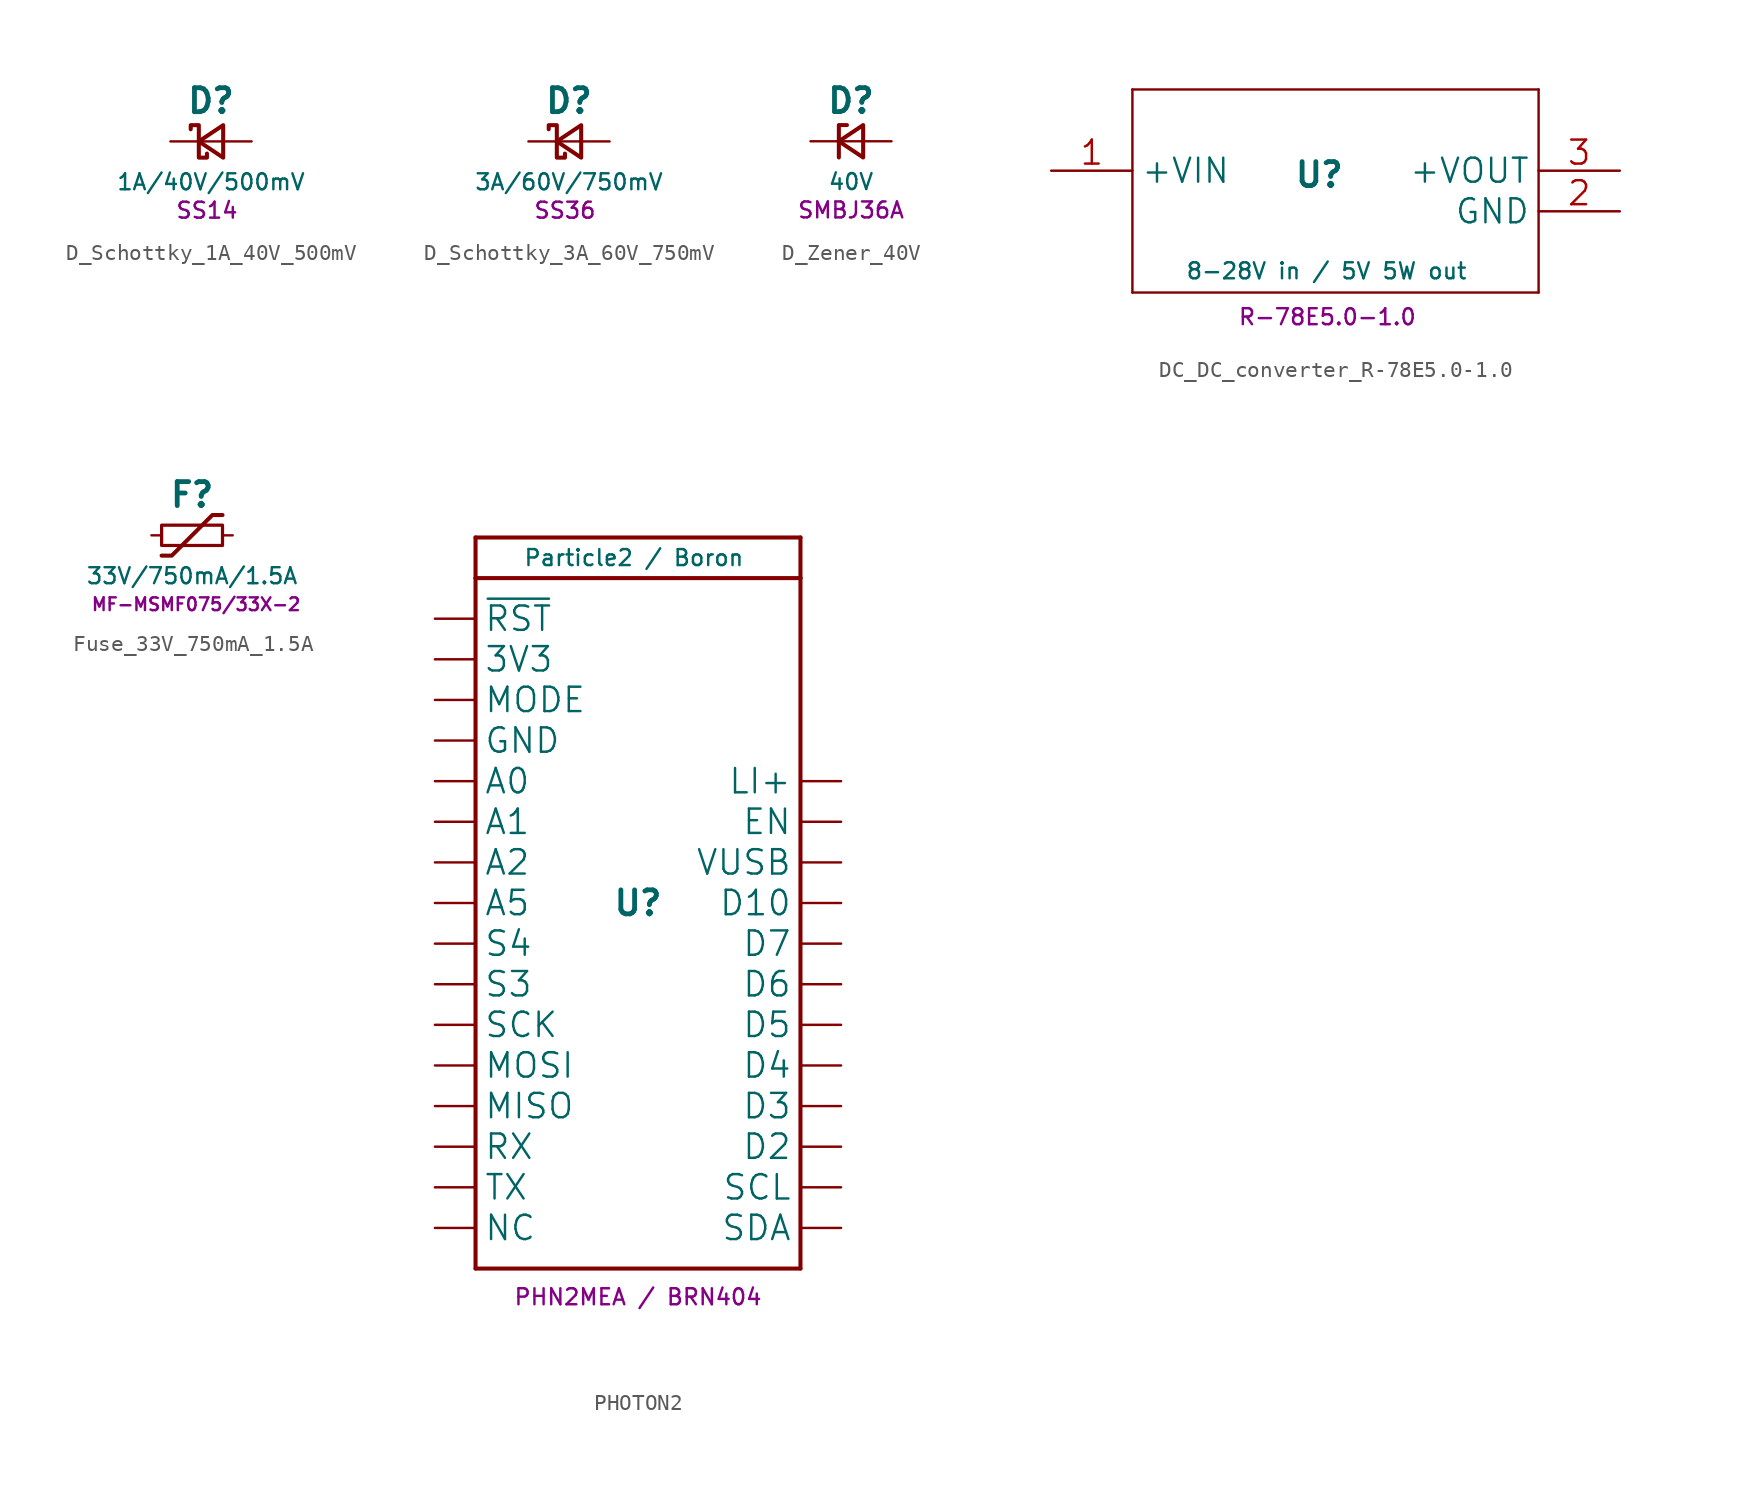
<source format=kicad_sym>
(kicad_symbol_lib
  (version 20241209)
  (generator "kicad_symbol_editor")
  (generator_version "9.0")
  (symbol "D_Schottky_1A_40V_500mV"
    (pin_numbers
      (hide yes))
    (pin_names
      (offset 1.016)
      (hide yes))
    (property "Reference" "D"
      (at 0 2.54 0)
      (effects (font (size 1.5 1.5) (thickness 0.3) (bold yes))))
    (property "Value" "1A/40V/500mV"
      (at 0 -2.54 0)
      (effects (font (size 1 1))))
    (property "MPN" "SS14"
      (at -0.254 -4.318 0)
      (effects (font (size 1 1))))
    (symbol "D_Schottky_1A_40V_500mV_0_1"
      (polyline (pts (xy -1.27 0.762) (xy -1.27 1.016) (xy -0.762 1.016) (xy -0.762 -1.016) (xy -0.254 -1.016) (xy -0.254 -0.762)) (stroke (width 0.254) (type default)) (fill (type none)))
      (polyline (pts (xy -0.762 0) (xy 0.762 0)) (stroke (width 0) (type default)) (fill (type none)))
      (polyline (pts (xy 0.762 -1.016) (xy -0.762 0) (xy 0.762 1.016) (xy 0.762 -1.016)) (stroke (width 0.254) (type default)) (fill (type none))))
    (symbol "D_Schottky_1A_40V_500mV_1_1"
      (pin passive line (at -2.54 0 0) (length 1.778) (name "K" (effects (font (size 1.27 1.27)))) (number "1" (effects (font (size 1.27 1.27)))))
      (pin passive line (at 2.54 0 180) (length 1.778) (name "A" (effects (font (size 1.27 1.27)))) (number "2" (effects (font (size 1.27 1.27)))))))
  (symbol "D_Schottky_3A_60V_750mV"
    (pin_numbers
      (hide yes))
    (pin_names
      (offset 1.016)
      (hide yes))
    (property "Reference" "D"
      (at 0 2.54 0)
      (effects (font (size 1.5 1.5) (thickness 0.3) (bold yes))))
    (property "Value" "3A/60V/750mV"
      (at 0 -2.54 0)
      (effects (font (size 1 1))))
    (property "MPN" "SS36"
      (at -0.254 -4.318 0)
      (effects (font (size 1 1))))
    (symbol "D_Schottky_3A_60V_750mV_0_1"
      (polyline (pts (xy -1.27 0.762) (xy -1.27 1.016) (xy -0.762 1.016) (xy -0.762 -1.016) (xy -0.254 -1.016) (xy -0.254 -0.762)) (stroke (width 0.254) (type default)) (fill (type none)))
      (polyline (pts (xy -0.762 0) (xy 0.762 0)) (stroke (width 0) (type default)) (fill (type none)))
      (polyline (pts (xy 0.762 -1.016) (xy -0.762 0) (xy 0.762 1.016) (xy 0.762 -1.016)) (stroke (width 0.254) (type default)) (fill (type none))))
    (symbol "D_Schottky_3A_60V_750mV_1_1"
      (pin passive line (at -2.54 0 0) (length 1.778) (name "K" (effects (font (size 1.27 1.27)))) (number "1" (effects (font (size 1.27 1.27)))))
      (pin passive line (at 2.54 0 180) (length 1.778) (name "A" (effects (font (size 1.27 1.27)))) (number "2" (effects (font (size 1.27 1.27)))))))
  (symbol "D_Zener_40V"
    (pin_numbers
      (hide yes))
    (pin_names
      (offset 1.016)
      (hide yes))
    (property "Reference" "D"
      (at 0 2.54 0)
      (effects (font (size 1.5 1.5) (thickness 0.3) (bold yes))))
    (property "Value" "40V"
      (at 0 -2.54 0)
      (effects (font (size 1 1))))
    (property "MPN" "SMBJ36A"
      (at 0 -4.318 0)
      (effects (font (size 1 1))))
    (symbol "D_Zener_40V_0_1"
      (polyline (pts (xy -0.254 1.016) (xy -0.762 1.016) (xy -0.762 -1.016)) (stroke (width 0.254) (type default)) (fill (type none)))
      (polyline (pts (xy 0.762 1.016) (xy -0.762 0) (xy 0.762 -1.016) (xy 0.762 1.016)) (stroke (width 0.254) (type default)) (fill (type none)))
      (polyline (pts (xy 0.762 0) (xy -0.762 0)) (stroke (width 0) (type default)) (fill (type none))))
    (symbol "D_Zener_40V_1_1"
      (pin passive line (at -2.54 0 0) (length 1.778) (name "K" (effects (font (size 1.27 1.27)))) (number "1" (effects (font (size 1.27 1.27)))))
      (pin passive line (at 2.54 0 180) (length 1.778) (name "A" (effects (font (size 1.27 1.27)))) (number "2" (effects (font (size 1.27 1.27)))))))
  (symbol "DC_DC_converter_R-78E5.0-1.0"
    (property "Reference" "U"
      (at 19.304 -0.254 0)
      (effects (font (size 1.5 1.5) (thickness 0.3) (bold yes))))
    (property "Value" "8-28V in / 5V 5W out"
      (at 10.922 -6.858 0)
      (effects (font (size 1 1)) (justify left bottom)))
    (property "MPN" "R-78E5.0-1.0"
      (at 19.812 -9.144 0)
      (effects (font (size 1 1))))
    (symbol "DC_DC_converter_R-78E5.0-1.0_1_0"
      (polyline (pts (xy 7.62 5.08) (xy 7.62 -7.62)) (stroke (width 0.152) (type solid)) (fill (type none)))
      (polyline (pts (xy 7.62 -7.62) (xy 33.02 -7.62)) (stroke (width 0.152) (type solid)) (fill (type none)))
      (polyline (pts (xy 33.02 5.08) (xy 7.62 5.08)) (stroke (width 0.152) (type solid)) (fill (type none)))
      (polyline (pts (xy 33.02 -7.62) (xy 33.02 5.08)) (stroke (width 0.152) (type solid)) (fill (type none)))
      (pin power_in line (at 2.54 0 0) (length 5.08) (name "+VIN" (effects (font (size 1.5 1.5)))) (number "1" (effects (font (size 1.5 1.5)))))
      (pin output line (at 38.1 0 180) (length 5.08) (name "+VOUT" (effects (font (size 1.5 1.5)))) (number "3" (effects (font (size 1.5 1.5)))))
      (pin passive line (at 38.1 -2.54 180) (length 5.08) (name "GND" (effects (font (size 1.5 1.5)))) (number "2" (effects (font (size 1.5 1.5)))))))
  (symbol "Fuse_33V_750mA_1.5A"
    (pin_numbers
      (hide yes))
    (pin_names
      (offset 0))
    (property "Reference" "F"
      (at 0 2.54 0)
      (effects (font (size 1.5 1.5) (thickness 0.3) (bold yes))))
    (property "Value" "33V/750mA/1.5A"
      (at 0 -2.54 0)
      (effects (font (size 1 1))))
    (property "MPN" "MF-MSMF075/33X-2"
      (at 0.254 -4.318 0)
      (effects (font (size 0.8 0.8))))
    (symbol "Fuse_33V_750mA_1.5A_0_1"
      (rectangle (start -1.905 0.635) (end 1.905 -0.635) (stroke (width 0.203) (type default)) (fill (type none)))
      (polyline (pts (xy -1.905 -1.27) (xy -1.27 -1.27) (xy 1.27 1.27) (xy 1.905 1.27)) (stroke (width 0.254) (type default)) (fill (type none))))
    (symbol "Fuse_33V_750mA_1.5A_1_1"
      (pin passive line (at -2.54 0 0) (length 0.635) (name "~" (effects (font (size 1.27 1.27)))) (number "1" (effects (font (size 1.27 1.27)))))
      (pin passive line (at 2.54 0 180) (length 0.635) (name "~" (effects (font (size 1.27 1.27)))) (number "2" (effects (font (size 1.27 1.27)))))))
  (symbol "PHOTON2"
    (property "Reference" "U"
      (at 0 0 0)
      (effects (font (size 1.5 1.5) (thickness 0.3) (bold yes))))
    (property "Value" "Particle2 / Boron"
      (at -0.254 21.59 0)
      (effects (font (size 1 1))))
    (property "MPN" "PHN2MEA / BRN404"
      (at 0 -24.638 0)
      (effects (font (size 1 1))))
    (symbol "PHOTON2_1_0"
      (polyline (pts (xy -10.16 22.86) (xy 10.16 22.86)) (stroke (width 0.254) (type solid)) (fill (type none)))
      (polyline (pts (xy -10.16 20.32) (xy -10.16 22.86)) (stroke (width 0.254) (type solid)) (fill (type none)))
      (polyline (pts (xy -10.16 20.32) (xy 10.16 20.32)) (stroke (width 0.254) (type solid)) (fill (type none)))
      (polyline (pts (xy -10.16 -22.86) (xy -10.16 20.32)) (stroke (width 0.254) (type solid)) (fill (type none)))
      (polyline (pts (xy 10.16 22.86) (xy 10.16 20.32)) (stroke (width 0.254) (type solid)) (fill (type none)))
      (polyline (pts (xy 10.16 20.32) (xy 10.16 -22.86)) (stroke (width 0.254) (type solid)) (fill (type none)))
      (polyline (pts (xy 10.16 -22.86) (xy -10.16 -22.86)) (stroke (width 0.254) (type solid)) (fill (type none)))
      (pin input line (at -12.7 17.78 0) (length 2.54) (name "~{RST}" (effects (font (size 1.524 1.524)))) (number "1" (effects (font (size 0 0)))))
      (pin power_in line (at -12.7 15.24 0) (length 2.54) (name "3V3" (effects (font (size 1.524 1.524)))) (number "2" (effects (font (size 0 0)))))
      (pin bidirectional line (at -12.7 12.7 0) (length 2.54) (name "MODE" (effects (font (size 1.524 1.524)))) (number "3" (effects (font (size 0 0)))))
      (pin power_in line (at -12.7 10.16 0) (length 2.54) (name "GND" (effects (font (size 1.524 1.524)))) (number "4" (effects (font (size 0 0)))))
      (pin bidirectional line (at -12.7 7.62 0) (length 2.54) (name "A0" (effects (font (size 1.524 1.524)))) (number "5" (effects (font (size 0 0)))))
      (pin bidirectional line (at -12.7 5.08 0) (length 2.54) (name "A1" (effects (font (size 1.524 1.524)))) (number "6" (effects (font (size 0 0)))))
      (pin bidirectional line (at -12.7 2.54 0) (length 2.54) (name "A2" (effects (font (size 1.524 1.524)))) (number "7" (effects (font (size 0 0)))))
      (pin bidirectional line (at -12.7 0 0) (length 2.54) (name "A5" (effects (font (size 1.524 1.524)))) (number "8" (effects (font (size 0 0)))))
      (pin bidirectional line (at -12.7 -2.54 0) (length 2.54) (name "S4" (effects (font (size 1.524 1.524)))) (number "9" (effects (font (size 0 0)))))
      (pin bidirectional line (at -12.7 -5.08 0) (length 2.54) (name "S3" (effects (font (size 1.524 1.524)))) (number "10" (effects (font (size 0 0)))))
      (pin bidirectional line (at -12.7 -7.62 0) (length 2.54) (name "SCK" (effects (font (size 1.524 1.524)))) (number "11" (effects (font (size 0 0)))))
      (pin bidirectional line (at -12.7 -10.16 0) (length 2.54) (name "MOSI" (effects (font (size 1.524 1.524)))) (number "12" (effects (font (size 0 0)))))
      (pin bidirectional line (at -12.7 -12.7 0) (length 2.54) (name "MISO" (effects (font (size 1.524 1.524)))) (number "13" (effects (font (size 0 0)))))
      (pin bidirectional line (at -12.7 -15.24 0) (length 2.54) (name "RX" (effects (font (size 1.524 1.524)))) (number "14" (effects (font (size 0 0)))))
      (pin bidirectional line (at -12.7 -17.78 0) (length 2.54) (name "TX" (effects (font (size 1.524 1.524)))) (number "15" (effects (font (size 0 0)))))
      (pin bidirectional line (at -12.7 -20.32 0) (length 2.54) (name "NC" (effects (font (size 1.524 1.524)))) (number "16" (effects (font (size 0 0)))))
      (pin power_in line (at 12.7 7.62 180) (length 2.54) (name "LI+" (effects (font (size 1.524 1.524)))) (number "28" (effects (font (size 0 0)))))
      (pin input line (at 12.7 5.08 180) (length 2.54) (name "EN" (effects (font (size 1.524 1.524)))) (number "27" (effects (font (size 0 0)))))
      (pin power_in line (at 12.7 2.54 180) (length 2.54) (name "VUSB" (effects (font (size 1.524 1.524)))) (number "26" (effects (font (size 0 0)))))
      (pin bidirectional line (at 12.7 0 180) (length 2.54) (name "D10" (effects (font (size 1.524 1.524)))) (number "25" (effects (font (size 0 0)))))
      (pin bidirectional line (at 12.7 -2.54 180) (length 2.54) (name "D7" (effects (font (size 1.524 1.524)))) (number "24" (effects (font (size 0 0)))))
      (pin bidirectional line (at 12.7 -5.08 180) (length 2.54) (name "D6" (effects (font (size 1.524 1.524)))) (number "23" (effects (font (size 0 0)))))
      (pin bidirectional line (at 12.7 -7.62 180) (length 2.54) (name "D5" (effects (font (size 1.524 1.524)))) (number "22" (effects (font (size 0 0)))))
      (pin bidirectional line (at 12.7 -10.16 180) (length 2.54) (name "D4" (effects (font (size 1.524 1.524)))) (number "21" (effects (font (size 0 0)))))
      (pin bidirectional line (at 12.7 -12.7 180) (length 2.54) (name "D3" (effects (font (size 1.524 1.524)))) (number "20" (effects (font (size 0 0)))))
      (pin bidirectional line (at 12.7 -15.24 180) (length 2.54) (name "D2" (effects (font (size 1.524 1.524)))) (number "19" (effects (font (size 0 0)))))
      (pin bidirectional line (at 12.7 -17.78 180) (length 2.54) (name "SCL" (effects (font (size 1.524 1.524)))) (number "18" (effects (font (size 0 0)))))
      (pin bidirectional line (at 12.7 -20.32 180) (length 2.54) (name "SDA" (effects (font (size 1.524 1.524)))) (number "17" (effects (font (size 0 0))))))))
</source>
